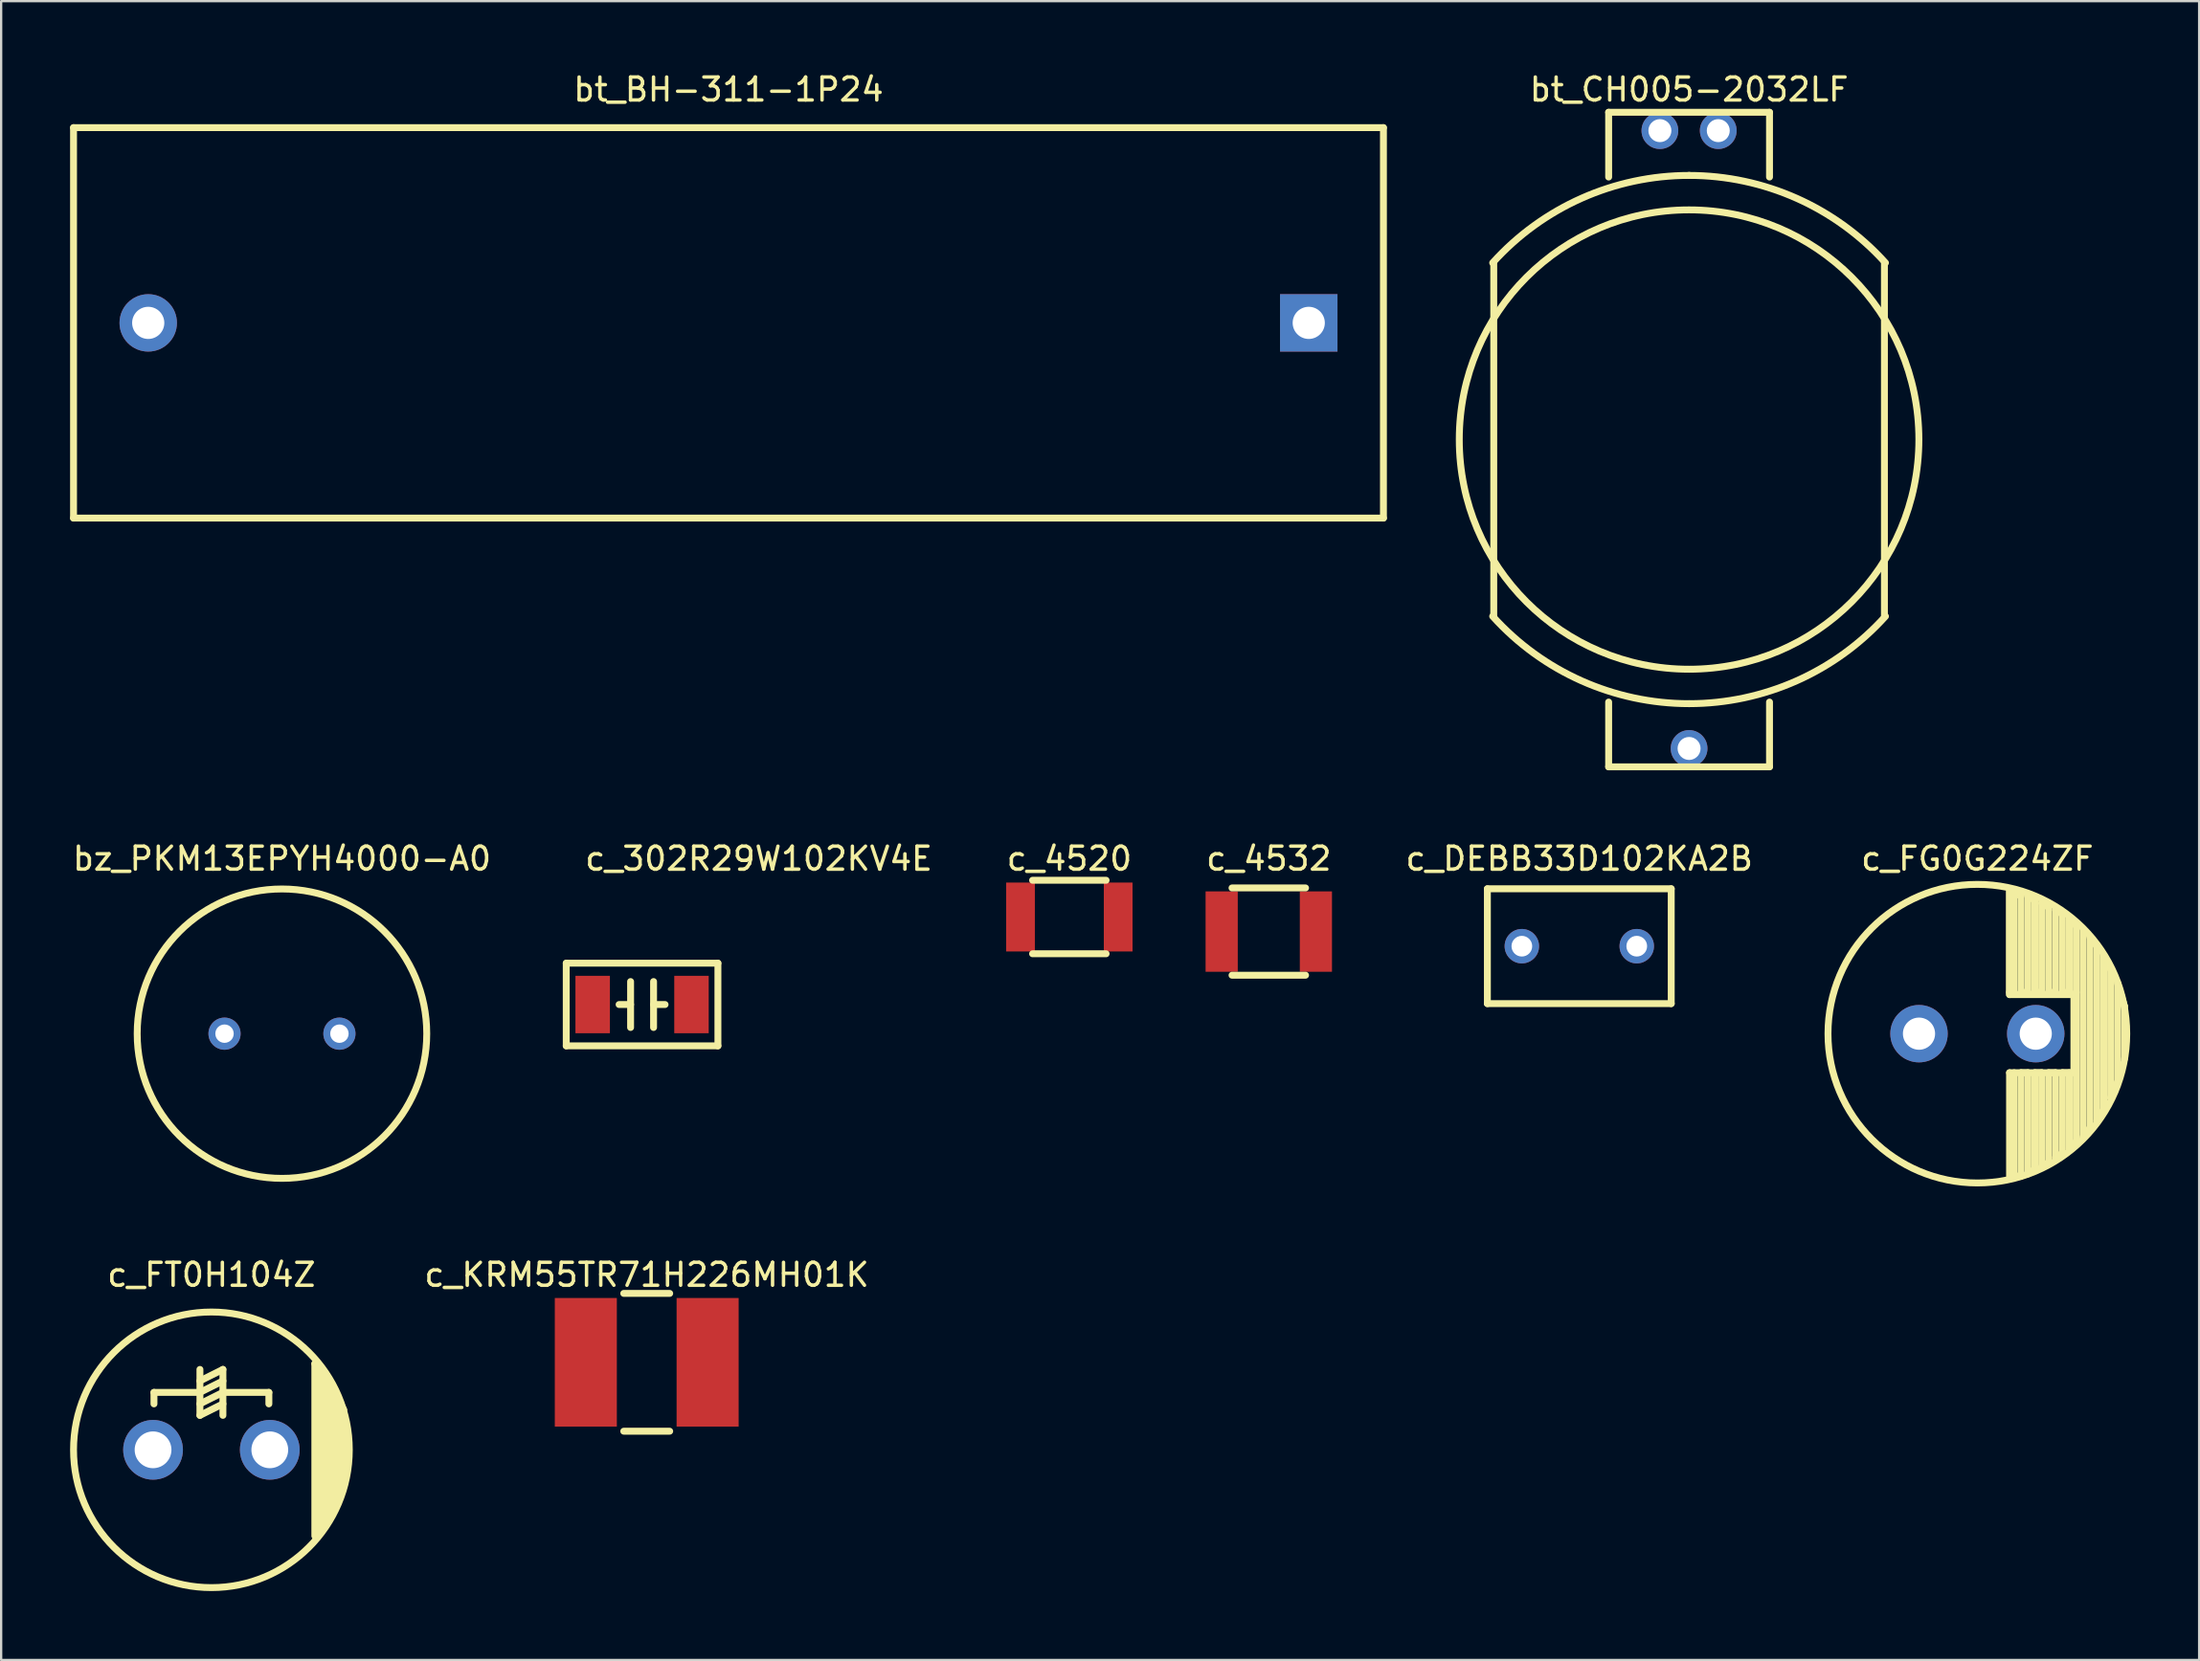
<source format=kicad_pcb>
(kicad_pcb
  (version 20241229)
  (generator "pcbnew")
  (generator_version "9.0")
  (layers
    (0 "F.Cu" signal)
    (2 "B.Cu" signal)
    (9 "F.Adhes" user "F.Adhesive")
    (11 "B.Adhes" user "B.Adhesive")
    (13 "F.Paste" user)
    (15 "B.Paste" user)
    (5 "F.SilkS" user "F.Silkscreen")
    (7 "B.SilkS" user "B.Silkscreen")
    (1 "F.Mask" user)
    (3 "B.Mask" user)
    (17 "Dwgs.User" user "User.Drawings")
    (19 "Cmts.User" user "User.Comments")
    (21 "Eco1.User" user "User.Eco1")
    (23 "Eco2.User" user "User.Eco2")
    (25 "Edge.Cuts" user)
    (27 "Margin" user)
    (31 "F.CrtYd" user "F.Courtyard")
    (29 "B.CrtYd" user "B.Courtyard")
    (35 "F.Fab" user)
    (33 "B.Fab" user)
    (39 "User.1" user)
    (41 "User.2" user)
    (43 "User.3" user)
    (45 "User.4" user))
  (footprint "c_DEBB33D102KA2B"
    (layer "F.Cu")
    (at 65.673 38.147)
    (property "Reference" "c_DEBB33D102KA2B" (at 0 -3.81 0) (layer "F.SilkS") (effects (font (size 1 1) (thickness 0.15))))
    (attr through_hole)
    (fp_line (start -4 -2.5) (end -4 2.5) (stroke (width 0.3) (type solid)) (layer "F.SilkS"))
    (fp_line (start -4 2.5) (end 4 2.5) (stroke (width 0.3) (type solid)) (layer "F.SilkS"))
    (fp_line (start 4 -2.5) (end -4 -2.5) (stroke (width 0.3) (type solid)) (layer "F.SilkS"))
    (fp_line (start 4 2.5) (end 4 -2.5) (stroke (width 0.3) (type solid)) (layer "F.SilkS"))
    (pad "1" thru_hole circle (at -2.5 0) (size 1.5 1.5) (drill 0.9) (layers "*.Cu" "*.Mask"))
    (pad "2" thru_hole circle (at 2.5 0) (size 1.5 1.5) (drill 0.9) (layers "*.Cu" "*.Mask")))
  (footprint "c_FG0G224ZF"
    (layer "F.Cu")
    (at 82.995 41.956)
    (property "Reference" "c_FG0G224ZF" (at 0 -7.62 0) (layer "F.SilkS") (effects (font (size 1 1) (thickness 0.15))))
    (attr through_hole)
    (fp_line (start 1.4 -6.3) (end 1.4 -1.7) (stroke (width 0.3) (type solid)) (layer "F.SilkS"))
    (fp_line (start 1.4 -6.2) (end 1.4 -1.8) (stroke (width 0.3) (type solid)) (layer "F.SilkS"))
    (fp_line (start 1.4 -1.8) (end 1.6 -1.8) (stroke (width 0.3) (type solid)) (layer "F.SilkS"))
    (fp_line (start 1.4 -1.7) (end 4.2 -1.7) (stroke (width 0.3) (type solid)) (layer "F.SilkS"))
    (fp_line (start 1.4 1.7) (end 1.4 6.3) (stroke (width 0.3) (type solid)) (layer "F.SilkS"))
    (fp_line (start 1.6 -6.1) (end 1.9 -6) (stroke (width 0.3) (type solid)) (layer "F.SilkS"))
    (fp_line (start 1.6 -1.8) (end 1.6 -6.1) (stroke (width 0.3) (type solid)) (layer "F.SilkS"))
    (fp_line (start 1.6 6.2) (end 1.6 1.7) (stroke (width 0.3) (type solid)) (layer "F.SilkS"))
    (fp_line (start 1.9 -6) (end 1.9 -1.8) (stroke (width 0.3) (type solid)) (layer "F.SilkS"))
    (fp_line (start 1.9 -1.8) (end 2.2 -1.8) (stroke (width 0.3) (type solid)) (layer "F.SilkS"))
    (fp_line (start 1.9 1.7) (end 1.9 6.2) (stroke (width 0.3) (type solid)) (layer "F.SilkS"))
    (fp_line (start 1.9 6.2) (end 1.6 6.2) (stroke (width 0.3) (type solid)) (layer "F.SilkS"))
    (fp_line (start 2.2 -6) (end 2.5 -5.8) (stroke (width 0.3) (type solid)) (layer "F.SilkS"))
    (fp_line (start 2.2 -1.8) (end 2.2 -6) (stroke (width 0.3) (type solid)) (layer "F.SilkS"))
    (fp_line (start 2.2 1.7) (end 1.9 1.7) (stroke (width 0.3) (type solid)) (layer "F.SilkS"))
    (fp_line (start 2.2 6.1) (end 2.2 1.7) (stroke (width 0.3) (type solid)) (layer "F.SilkS"))
    (fp_line (start 2.5 -5.8) (end 2.5 -1.8) (stroke (width 0.3) (type solid)) (layer "F.SilkS"))
    (fp_line (start 2.5 -1.8) (end 2.8 -1.8) (stroke (width 0.3) (type solid)) (layer "F.SilkS"))
    (fp_line (start 2.5 1.7) (end 2.5 5.9) (stroke (width 0.3) (type solid)) (layer "F.SilkS"))
    (fp_line (start 2.5 5.9) (end 2.2 6.1) (stroke (width 0.3) (type solid)) (layer "F.SilkS"))
    (fp_line (start 2.8 -5.7) (end 3.1 -5.5) (stroke (width 0.3) (type solid)) (layer "F.SilkS"))
    (fp_line (start 2.8 -1.8) (end 2.8 -5.7) (stroke (width 0.3) (type solid)) (layer "F.SilkS"))
    (fp_line (start 2.8 1.7) (end 2.5 1.7) (stroke (width 0.3) (type solid)) (layer "F.SilkS"))
    (fp_line (start 2.8 5.8) (end 2.8 1.7) (stroke (width 0.3) (type solid)) (layer "F.SilkS"))
    (fp_line (start 3.1 -5.5) (end 3.1 -1.8) (stroke (width 0.3) (type solid)) (layer "F.SilkS"))
    (fp_line (start 3.1 -1.8) (end 3.4 -1.8) (stroke (width 0.3) (type solid)) (layer "F.SilkS"))
    (fp_line (start 3.1 1.7) (end 3.1 5.6) (stroke (width 0.3) (type solid)) (layer "F.SilkS"))
    (fp_line (start 3.1 5.6) (end 2.8 5.8) (stroke (width 0.3) (type solid)) (layer "F.SilkS"))
    (fp_line (start 3.4 -5.4) (end 3.7 -5.2) (stroke (width 0.3) (type solid)) (layer "F.SilkS"))
    (fp_line (start 3.4 -1.8) (end 3.4 -5.4) (stroke (width 0.3) (type solid)) (layer "F.SilkS"))
    (fp_line (start 3.4 1.7) (end 3.1 1.7) (stroke (width 0.3) (type solid)) (layer "F.SilkS"))
    (fp_line (start 3.4 5.4) (end 3.4 1.7) (stroke (width 0.3) (type solid)) (layer "F.SilkS"))
    (fp_line (start 3.7 -5.2) (end 3.7 -1.8) (stroke (width 0.3) (type solid)) (layer "F.SilkS"))
    (fp_line (start 3.7 -1.8) (end 4 -1.8) (stroke (width 0.3) (type solid)) (layer "F.SilkS"))
    (fp_line (start 3.7 1.7) (end 3.7 5.2) (stroke (width 0.3) (type solid)) (layer "F.SilkS"))
    (fp_line (start 3.7 5.2) (end 3.4 5.4) (stroke (width 0.3) (type solid)) (layer "F.SilkS"))
    (fp_line (start 4 -5) (end 4.3 -4.7) (stroke (width 0.3) (type solid)) (layer "F.SilkS"))
    (fp_line (start 4 -1.8) (end 4 -5) (stroke (width 0.3) (type solid)) (layer "F.SilkS"))
    (fp_line (start 4 1.7) (end 3.7 1.7) (stroke (width 0.3) (type solid)) (layer "F.SilkS"))
    (fp_line (start 4 5) (end 4 1.7) (stroke (width 0.3) (type solid)) (layer "F.SilkS"))
    (fp_line (start 4.2 -1.7) (end 4.2 1.7) (stroke (width 0.3) (type solid)) (layer "F.SilkS"))
    (fp_line (start 4.2 1.7) (end 1.4 1.7) (stroke (width 0.3) (type solid)) (layer "F.SilkS"))
    (fp_line (start 4.3 -4.7) (end 4.3 -1.8) (stroke (width 0.3) (type solid)) (layer "F.SilkS"))
    (fp_line (start 4.3 -1.8) (end 4.3 4.7) (stroke (width 0.3) (type solid)) (layer "F.SilkS"))
    (fp_line (start 4.3 4.7) (end 4 5) (stroke (width 0.3) (type solid)) (layer "F.SilkS"))
    (fp_line (start 4.6 -4.5) (end 4.6 4.5) (stroke (width 0.3) (type solid)) (layer "F.SilkS"))
    (fp_line (start 4.6 4.5) (end 4.9 4.1) (stroke (width 0.3) (type solid)) (layer "F.SilkS"))
    (fp_line (start 4.9 -4.2) (end 5.2 -3.8) (stroke (width 0.3) (type solid)) (layer "F.SilkS"))
    (fp_line (start 4.9 4.1) (end 4.9 -4.2) (stroke (width 0.3) (type solid)) (layer "F.SilkS"))
    (fp_line (start 5.2 -3.8) (end 5.2 3.8) (stroke (width 0.3) (type solid)) (layer "F.SilkS"))
    (fp_line (start 5.2 3.8) (end 5.5 3.3) (stroke (width 0.3) (type solid)) (layer "F.SilkS"))
    (fp_line (start 5.5 -3.4) (end 5.8 -2.8) (stroke (width 0.3) (type solid)) (layer "F.SilkS"))
    (fp_line (start 5.5 3.3) (end 5.5 -3.4) (stroke (width 0.3) (type solid)) (layer "F.SilkS"))
    (fp_line (start 5.8 -2.8) (end 5.8 2.8) (stroke (width 0.3) (type solid)) (layer "F.SilkS"))
    (fp_line (start 5.8 2.8) (end 6.1 2.1) (stroke (width 0.3) (type solid)) (layer "F.SilkS"))
    (fp_line (start 6.1 -2.2) (end 6.4 -1.2) (stroke (width 0.3) (type solid)) (layer "F.SilkS"))
    (fp_line (start 6.1 2.1) (end 6.1 -2.2) (stroke (width 0.3) (type solid)) (layer "F.SilkS"))
    (fp_line (start 6.4 -1.2) (end 6.4 1.1) (stroke (width 0.3) (type solid)) (layer "F.SilkS"))
    (fp_circle (center 0 0) (end 6.5 0) (stroke (width 0.3) (type solid)) (fill no) (layer "F.SilkS"))
    (pad "1" thru_hole circle (at -2.54 0) (size 2.5 2.5) (drill 1.4) (layers "*.Cu" "*.Mask"))
    (pad "2" thru_hole circle (at 2.54 0) (size 2.5 2.5) (drill 1.4) (layers "*.Cu" "*.Mask")))
  (footprint "c_4532"
    (layer "F.Cu")
    (at 52.161 37.511)
    (property "Reference" "c_4532" (at 0 -3.175 0) (layer "F.SilkS") (effects (font (size 1 1) (thickness 0.15))))
    (attr smd)
    (fp_line (start -1.6 -1.9) (end 1.6 -1.9) (stroke (width 0.3) (type solid)) (layer "F.SilkS"))
    (fp_line (start -1.6 1.9) (end 1.6 1.9) (stroke (width 0.3) (type solid)) (layer "F.SilkS"))
    (pad "1" smd rect (at -2.05 0) (size 1.4 3.5) (layers "F.Cu" "F.Mask" "F.Paste"))
    (pad "2" smd rect (at 2.05 0) (size 1.4 3.5) (layers "F.Cu" "F.Mask" "F.Paste")))
  (footprint "c_KRM55TR71H226MH01K"
    (layer "F.Cu")
    (at 25.092 56.265)
    (property "Reference" "c_KRM55TR71H226MH01K" (at 0 -3.81 0) (layer "F.SilkS") (effects (font (size 1 1) (thickness 0.15))))
    (attr through_hole)
    (fp_line (start -1 -3) (end 1 -3) (stroke (width 0.3) (type solid)) (layer "F.SilkS"))
    (fp_line (start -1 3) (end 1 3) (stroke (width 0.3) (type solid)) (layer "F.SilkS"))
    (pad "1" smd rect (at -2.65 0) (size 2.7 5.6) (layers "F.Cu" "F.Mask" "F.Paste"))
    (pad "2" smd rect (at 2.65 0) (size 2.7 5.6) (layers "F.Cu" "F.Mask" "F.Paste")))
  (footprint "c_4520"
    (layer "F.Cu")
    (at 43.482 36.877)
    (property "Reference" "c_4520" (at 0 -2.54 0) (layer "F.SilkS") (effects (font (size 1 1) (thickness 0.15))))
    (attr smd)
    (fp_line (start -1.6 -1.6) (end 1.6 -1.6) (stroke (width 0.3) (type solid)) (layer "F.SilkS"))
    (fp_line (start -1.6 1.6) (end 1.6 1.6) (stroke (width 0.3) (type solid)) (layer "F.SilkS"))
    (pad "1" smd rect (at -2.125 0) (size 1.25 3) (layers "F.Cu" "F.Mask" "F.Paste"))
    (pad "2" smd rect (at 2.125 0) (size 1.25 3) (layers "F.Cu" "F.Mask" "F.Paste")))
  (footprint "c_302R29W102KV4E"
    (layer "F.Cu")
    (at 24.89 40.687)
    (property "Reference" "c_302R29W102KV4E" (at 5.08 -6.35 0) (layer "F.SilkS") (effects (font (size 1 1) (thickness 0.15))))
    (attr through_hole)
    (fp_line (start -3.3 -1.8) (end -3.3 1.8) (stroke (width 0.3) (type solid)) (layer "F.SilkS"))
    (fp_line (start -3.3 1.8) (end 3.3 1.8) (stroke (width 0.3) (type solid)) (layer "F.SilkS"))
    (fp_line (start -0.5 -1) (end -0.5 1) (stroke (width 0.3) (type solid)) (layer "F.SilkS"))
    (fp_line (start -0.5 0) (end -1 0) (stroke (width 0.3) (type solid)) (layer "F.SilkS"))
    (fp_line (start 0.5 0) (end 1 0) (stroke (width 0.3) (type solid)) (layer "F.SilkS"))
    (fp_line (start 0.5 1) (end 0.5 -1) (stroke (width 0.3) (type solid)) (layer "F.SilkS"))
    (fp_line (start 3.3 -1.8) (end -3.3 -1.8) (stroke (width 0.3) (type solid)) (layer "F.SilkS"))
    (fp_line (start 3.3 1.8) (end 3.3 -1.8) (stroke (width 0.3) (type solid)) (layer "F.SilkS"))
    (pad "1" smd rect (at -2.15 0) (size 1.5 2.5) (layers "F.Cu" "F.Mask" "F.Paste"))
    (pad "2" smd rect (at 2.15 0) (size 1.5 2.5) (layers "F.Cu" "F.Mask" "F.Paste")))
  (footprint "c_FT0H104Z"
    (layer "F.Cu")
    (at 6.15 60.075)
    (property "Reference" "c_FT0H104Z" (at 0 -7.62 0) (layer "F.SilkS") (effects (font (size 1 1) (thickness 0.15))))
    (attr through_hole)
    (fp_line (start -2.5 -2.5) (end -2.5 -2) (stroke (width 0.3) (type solid)) (layer "F.SilkS"))
    (fp_line (start -0.5 -3.5) (end -0.5 -1.5) (stroke (width 0.3) (type solid)) (layer "F.SilkS"))
    (fp_line (start -0.5 -2.5) (end -2.5 -2.5) (stroke (width 0.3) (type solid)) (layer "F.SilkS"))
    (fp_line (start 0.5 -3.5) (end -0.5 -3) (stroke (width 0.3) (type solid)) (layer "F.SilkS"))
    (fp_line (start 0.5 -3.5) (end 0.5 -1.5) (stroke (width 0.3) (type solid)) (layer "F.SilkS"))
    (fp_line (start 0.5 -3) (end -0.5 -2.5) (stroke (width 0.3) (type solid)) (layer "F.SilkS"))
    (fp_line (start 0.5 -2.5) (end -0.5 -2) (stroke (width 0.3) (type solid)) (layer "F.SilkS"))
    (fp_line (start 0.5 -2.5) (end 2.5 -2.5) (stroke (width 0.3) (type solid)) (layer "F.SilkS"))
    (fp_line (start 0.5 -2) (end -0.5 -1.5) (stroke (width 0.3) (type solid)) (layer "F.SilkS"))
    (fp_line (start 2.5 -2.5) (end 2.5 -2) (stroke (width 0.3) (type solid)) (layer "F.SilkS"))
    (fp_line (start 4.5 -3.75) (end 4.75 -3.5) (stroke (width 0.3) (type solid)) (layer "F.SilkS"))
    (fp_line (start 4.5 3.75) (end 4.5 -3.75) (stroke (width 0.3) (type solid)) (layer "F.SilkS"))
    (fp_line (start 4.75 -3.5) (end 4.75 3.5) (stroke (width 0.3) (type solid)) (layer "F.SilkS"))
    (fp_line (start 4.75 3.5) (end 5 3.25) (stroke (width 0.3) (type solid)) (layer "F.SilkS"))
    (fp_line (start 5 -3.25) (end 5.25 -2.75) (stroke (width 0.3) (type solid)) (layer "F.SilkS"))
    (fp_line (start 5 3.25) (end 5 -3.25) (stroke (width 0.3) (type solid)) (layer "F.SilkS"))
    (fp_line (start 5.25 -2.75) (end 5.25 2.75) (stroke (width 0.3) (type solid)) (layer "F.SilkS"))
    (fp_line (start 5.25 2.75) (end 5.5 2.25) (stroke (width 0.3) (type solid)) (layer "F.SilkS"))
    (fp_line (start 5.5 -2.25) (end 5.75 -1.75) (stroke (width 0.3) (type solid)) (layer "F.SilkS"))
    (fp_line (start 5.5 2.25) (end 5.5 -2.25) (stroke (width 0.3) (type solid)) (layer "F.SilkS"))
    (fp_line (start 5.75 -1.75) (end 5.75 1.5) (stroke (width 0.3) (type solid)) (layer "F.SilkS"))
    (fp_circle (center 0 0) (end 6 0) (stroke (width 0.3) (type solid)) (fill no) (layer "F.SilkS"))
    (pad "1" thru_hole circle (at -2.54 0) (size 2.6 2.6) (drill 1.6) (layers "*.Cu" "*.Mask"))
    (pad "2" thru_hole circle (at 2.54 0) (size 2.6 2.6) (drill 1.6) (layers "*.Cu" "*.Mask")))
  (footprint "bt_BH-311-1P24"
    (layer "F.Cu")
    (at 28.65 11.008)
    (property "Reference" "bt_BH-311-1P24" (at 0 -10.16 0) (layer "F.SilkS") (effects (font (size 1 1) (thickness 0.15))))
    (attr through_hole)
    (fp_line (start -28.5 -8.5) (end -28.5 8.5) (stroke (width 0.3) (type solid)) (layer "F.SilkS"))
    (fp_line (start -28.5 8.5) (end 28.5 8.5) (stroke (width 0.3) (type solid)) (layer "F.SilkS"))
    (fp_line (start 28.5 -8.5) (end -28.5 -8.5) (stroke (width 0.3) (type solid)) (layer "F.SilkS"))
    (fp_line (start 28.5 8.5) (end 28.5 -8.5) (stroke (width 0.3) (type solid)) (layer "F.SilkS"))
    (pad "1" thru_hole rect (at 25.25 0) (size 2.5 2.5) (drill 1.4) (layers "*.Cu" "*.Mask"))
    (pad "2" thru_hole circle (at -25.25 0) (size 2.5 2.5) (drill 1.4) (layers "*.Cu" "*.Mask")))
  (footprint "bz_PKM13EPYH4000-A0"
    (layer "F.Cu")
    (at 9.22 41.956)
    (property "Reference" "bz_PKM13EPYH4000-A0" (at 0 -7.62 0) (layer "F.SilkS") (effects (font (size 1 1) (thickness 0.15))))
    (attr through_hole)
    (fp_circle (center 0 0) (end 6.3 0) (stroke (width 0.3) (type solid)) (fill no) (layer "F.SilkS"))
    (pad "1" thru_hole circle (at -2.5 0) (size 1.4 1.4) (drill 0.8) (layers "*.Cu" "*.Mask"))
    (pad "2" thru_hole circle (at 2.5 0) (size 1.4 1.4) (drill 0.8) (layers "*.Cu" "*.Mask")))
  (footprint "bt_CH005-2032LF"
    (layer "F.Cu")
    (at 70.45 16.088)
    (property "Reference" "bt_CH005-2032LF" (at 0 -15.24 0) (layer "F.SilkS") (effects (font (size 1 1) (thickness 0.15))))
    (attr through_hole)
    (fp_line (start -8.5 7.7) (end -8.5 -7.7) (stroke (width 0.3) (type solid)) (layer "F.SilkS"))
    (fp_line (start -3.5 -14.25) (end -3.5 -11.43) (stroke (width 0.3) (type solid)) (layer "F.SilkS"))
    (fp_line (start -3.5 -14.25) (end 3.5 -14.25) (stroke (width 0.3) (type solid)) (layer "F.SilkS"))
    (fp_line (start -3.5 14.25) (end -3.5 11.43) (stroke (width 0.3) (type solid)) (layer "F.SilkS"))
    (fp_line (start -3.5 14.25) (end 3.5 14.25) (stroke (width 0.3) (type solid)) (layer "F.SilkS"))
    (fp_line (start 3.5 -14.25) (end 3.5 -11.43) (stroke (width 0.3) (type solid)) (layer "F.SilkS"))
    (fp_line (start 3.5 14.25) (end 3.5 11.43) (stroke (width 0.3) (type solid)) (layer "F.SilkS"))
    (fp_line (start 8.5 7.7) (end 8.5 -7.7) (stroke (width 0.3) (type solid)) (layer "F.SilkS"))
    (fp_arc (start -8.546165 -7.695002) (mid -4.677471 -10.505773) (end 0 -11.5) (stroke (width 0.3) (type solid)) (layer "F.SilkS"))
    (fp_arc (start 0 -11.5) (mid 4.677471 -10.505773) (end 8.546165 -7.695002) (stroke (width 0.3) (type solid)) (layer "F.SilkS"))
    (fp_arc (start 0 11.5) (mid -4.677471 10.505773) (end -8.546165 7.695002) (stroke (width 0.3) (type solid)) (layer "F.SilkS"))
    (fp_arc (start 8.546165 7.695002) (mid 4.677471 10.505773) (end 0 11.5) (stroke (width 0.3) (type solid)) (layer "F.SilkS"))
    (fp_circle (center 0 0) (end 10 0) (stroke (width 0.3) (type solid)) (fill no) (layer "F.SilkS"))
    (pad "1" thru_hole circle (at -1.27 -13.45) (size 1.6 1.6) (drill 1) (layers "*.Cu" "*.Mask"))
    (pad "2" thru_hole circle (at 1.27 -13.45) (size 1.6 1.6) (drill 1) (layers "*.Cu" "*.Mask"))
    (pad "3" thru_hole circle (at 0 13.45) (size 1.6 1.6) (drill 1) (layers "*.Cu" "*.Mask")))
  (gr_rect
    (start -3 -3)
    (end 92.645 69.225)
    (stroke (width 0.1) (type default))
    (fill no)
    (layer "Edge.Cuts")))
</source>
